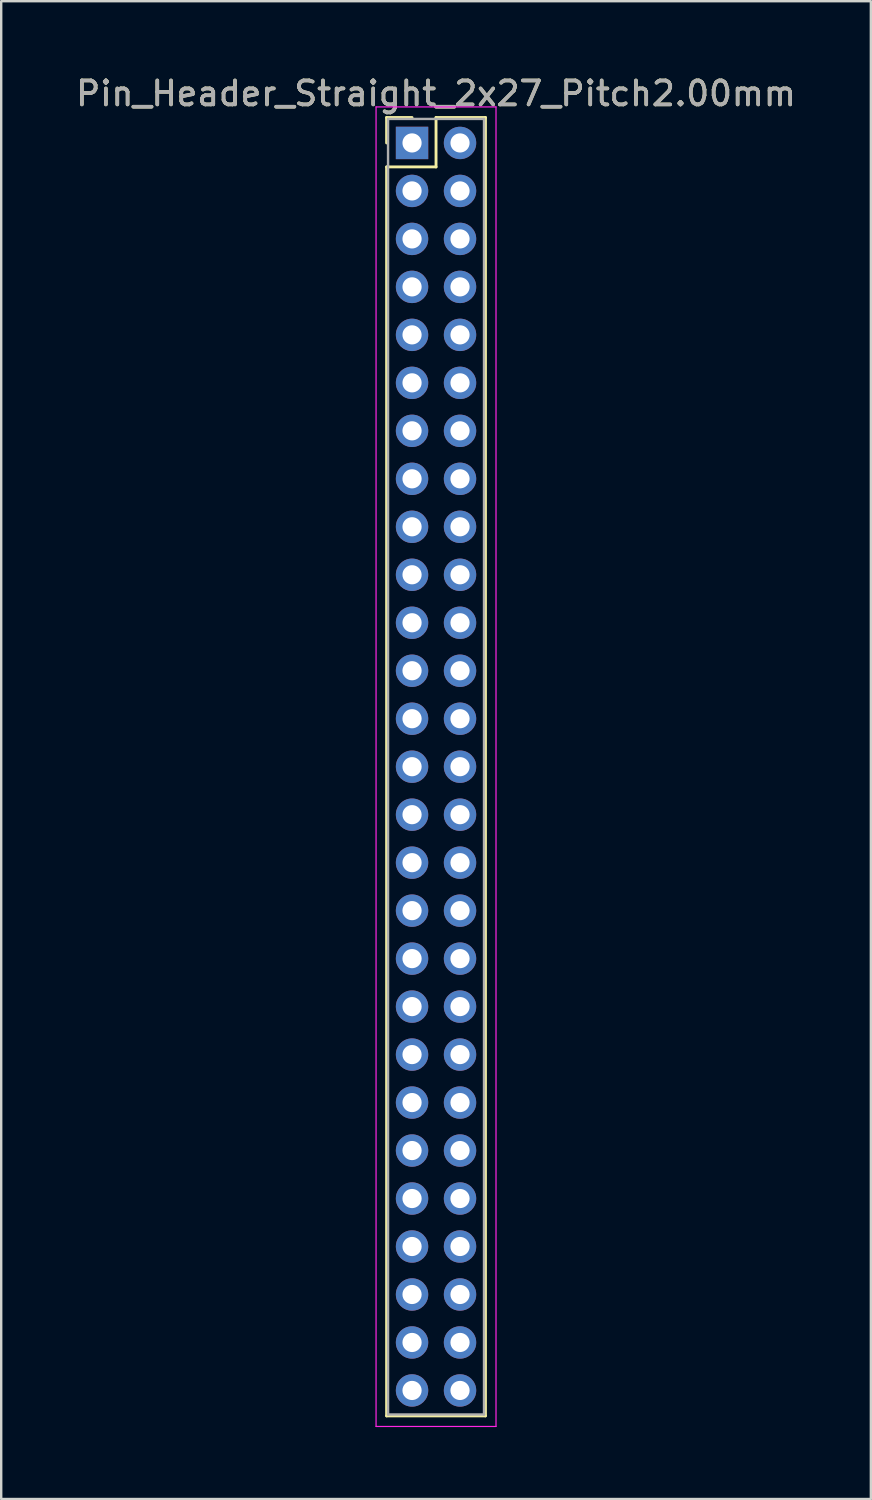
<source format=kicad_pcb>
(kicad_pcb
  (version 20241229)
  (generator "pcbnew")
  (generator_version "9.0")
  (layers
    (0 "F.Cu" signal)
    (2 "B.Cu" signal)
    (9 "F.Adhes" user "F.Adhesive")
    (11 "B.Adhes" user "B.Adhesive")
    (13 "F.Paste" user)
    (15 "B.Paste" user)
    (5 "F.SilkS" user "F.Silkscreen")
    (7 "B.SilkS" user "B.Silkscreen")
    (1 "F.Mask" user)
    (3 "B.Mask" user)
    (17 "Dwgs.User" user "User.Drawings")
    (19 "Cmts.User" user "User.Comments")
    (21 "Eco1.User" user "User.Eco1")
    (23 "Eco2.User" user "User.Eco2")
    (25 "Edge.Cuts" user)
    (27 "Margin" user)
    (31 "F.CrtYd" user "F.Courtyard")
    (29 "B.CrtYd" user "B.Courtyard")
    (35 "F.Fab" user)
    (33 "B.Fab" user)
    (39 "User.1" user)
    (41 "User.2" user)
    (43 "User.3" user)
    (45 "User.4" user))
  (footprint "Pin_Header_Straight_2x27_Pitch2.00mm"
    (layer "F.Cu")
    (at 14.125 2.908)
    (property "Reference" "Pin_Header_Straight_2x27_Pitch2.00mm" (at 1 -2.06 0) (layer "F.SilkS") (effects (font (size 1 1) (thickness 0.15))))
    (attr through_hole)
    (fp_line (start -1.06 -1.06) (end 0 -1.06) (stroke (width 0.12) (type solid)) (layer "F.SilkS"))
    (fp_line (start -1.06 0) (end -1.06 -1.06) (stroke (width 0.12) (type solid)) (layer "F.SilkS"))
    (fp_line (start -1.06 1) (end -1.06 53.06) (stroke (width 0.12) (type solid)) (layer "F.SilkS"))
    (fp_line (start -1.06 53.06) (end 3.06 53.06) (stroke (width 0.12) (type solid)) (layer "F.SilkS"))
    (fp_line (start 1 -1.06) (end 1 1) (stroke (width 0.12) (type solid)) (layer "F.SilkS"))
    (fp_line (start 1 1) (end -1.06 1) (stroke (width 0.12) (type solid)) (layer "F.SilkS"))
    (fp_line (start 3.06 -1.06) (end 1 -1.06) (stroke (width 0.12) (type solid)) (layer "F.SilkS"))
    (fp_line (start 3.06 53.06) (end 3.06 -1.06) (stroke (width 0.12) (type solid)) (layer "F.SilkS"))
    (fp_line (start -1.5 -1.5) (end -1.5 53.5) (stroke (width 0.05) (type solid)) (layer "F.CrtYd"))
    (fp_line (start -1.5 53.5) (end 3.5 53.5) (stroke (width 0.05) (type solid)) (layer "F.CrtYd"))
    (fp_line (start 3.5 -1.5) (end -1.5 -1.5) (stroke (width 0.05) (type solid)) (layer "F.CrtYd"))
    (fp_line (start 3.5 53.5) (end 3.5 -1.5) (stroke (width 0.05) (type solid)) (layer "F.CrtYd"))
    (fp_line (start -1 -1) (end -1 53) (stroke (width 0.1) (type solid)) (layer "F.Fab"))
    (fp_line (start -1 53) (end 3 53) (stroke (width 0.1) (type solid)) (layer "F.Fab"))
    (fp_line (start 3 -1) (end -1 -1) (stroke (width 0.1) (type solid)) (layer "F.Fab"))
    (fp_line (start 3 53) (end 3 -1) (stroke (width 0.1) (type solid)) (layer "F.Fab"))
    (fp_text user "${REFERENCE}" (at 1 -2.06 0) (layer "F.Fab") (effects (font (size 1 1) (thickness 0.15))))
    (pad "1" thru_hole rect (at 0 0) (size 1.35 1.35) (drill 0.8) (layers "*.Cu" "*.Mask"))
    (pad "2" thru_hole oval (at 2 0) (size 1.35 1.35) (drill 0.8) (layers "*.Cu" "*.Mask"))
    (pad "3" thru_hole oval (at 0 2) (size 1.35 1.35) (drill 0.8) (layers "*.Cu" "*.Mask"))
    (pad "4" thru_hole oval (at 2 2) (size 1.35 1.35) (drill 0.8) (layers "*.Cu" "*.Mask"))
    (pad "5" thru_hole oval (at 0 4) (size 1.35 1.35) (drill 0.8) (layers "*.Cu" "*.Mask"))
    (pad "6" thru_hole oval (at 2 4) (size 1.35 1.35) (drill 0.8) (layers "*.Cu" "*.Mask"))
    (pad "7" thru_hole oval (at 0 6) (size 1.35 1.35) (drill 0.8) (layers "*.Cu" "*.Mask"))
    (pad "8" thru_hole oval (at 2 6) (size 1.35 1.35) (drill 0.8) (layers "*.Cu" "*.Mask"))
    (pad "9" thru_hole oval (at 0 8) (size 1.35 1.35) (drill 0.8) (layers "*.Cu" "*.Mask"))
    (pad "10" thru_hole oval (at 2 8) (size 1.35 1.35) (drill 0.8) (layers "*.Cu" "*.Mask"))
    (pad "11" thru_hole oval (at 0 10) (size 1.35 1.35) (drill 0.8) (layers "*.Cu" "*.Mask"))
    (pad "12" thru_hole oval (at 2 10) (size 1.35 1.35) (drill 0.8) (layers "*.Cu" "*.Mask"))
    (pad "13" thru_hole oval (at 0 12) (size 1.35 1.35) (drill 0.8) (layers "*.Cu" "*.Mask"))
    (pad "14" thru_hole oval (at 2 12) (size 1.35 1.35) (drill 0.8) (layers "*.Cu" "*.Mask"))
    (pad "15" thru_hole oval (at 0 14) (size 1.35 1.35) (drill 0.8) (layers "*.Cu" "*.Mask"))
    (pad "16" thru_hole oval (at 2 14) (size 1.35 1.35) (drill 0.8) (layers "*.Cu" "*.Mask"))
    (pad "17" thru_hole oval (at 0 16) (size 1.35 1.35) (drill 0.8) (layers "*.Cu" "*.Mask"))
    (pad "18" thru_hole oval (at 2 16) (size 1.35 1.35) (drill 0.8) (layers "*.Cu" "*.Mask"))
    (pad "19" thru_hole oval (at 0 18) (size 1.35 1.35) (drill 0.8) (layers "*.Cu" "*.Mask"))
    (pad "20" thru_hole oval (at 2 18) (size 1.35 1.35) (drill 0.8) (layers "*.Cu" "*.Mask"))
    (pad "21" thru_hole oval (at 0 20) (size 1.35 1.35) (drill 0.8) (layers "*.Cu" "*.Mask"))
    (pad "22" thru_hole oval (at 2 20) (size 1.35 1.35) (drill 0.8) (layers "*.Cu" "*.Mask"))
    (pad "23" thru_hole oval (at 0 22) (size 1.35 1.35) (drill 0.8) (layers "*.Cu" "*.Mask"))
    (pad "24" thru_hole oval (at 2 22) (size 1.35 1.35) (drill 0.8) (layers "*.Cu" "*.Mask"))
    (pad "25" thru_hole oval (at 0 24) (size 1.35 1.35) (drill 0.8) (layers "*.Cu" "*.Mask"))
    (pad "26" thru_hole oval (at 2 24) (size 1.35 1.35) (drill 0.8) (layers "*.Cu" "*.Mask"))
    (pad "27" thru_hole oval (at 0 26) (size 1.35 1.35) (drill 0.8) (layers "*.Cu" "*.Mask"))
    (pad "28" thru_hole oval (at 2 26) (size 1.35 1.35) (drill 0.8) (layers "*.Cu" "*.Mask"))
    (pad "29" thru_hole oval (at 0 28) (size 1.35 1.35) (drill 0.8) (layers "*.Cu" "*.Mask"))
    (pad "30" thru_hole oval (at 2 28) (size 1.35 1.35) (drill 0.8) (layers "*.Cu" "*.Mask"))
    (pad "31" thru_hole oval (at 0 30) (size 1.35 1.35) (drill 0.8) (layers "*.Cu" "*.Mask"))
    (pad "32" thru_hole oval (at 2 30) (size 1.35 1.35) (drill 0.8) (layers "*.Cu" "*.Mask"))
    (pad "33" thru_hole oval (at 0 32) (size 1.35 1.35) (drill 0.8) (layers "*.Cu" "*.Mask"))
    (pad "34" thru_hole oval (at 2 32) (size 1.35 1.35) (drill 0.8) (layers "*.Cu" "*.Mask"))
    (pad "35" thru_hole oval (at 0 34) (size 1.35 1.35) (drill 0.8) (layers "*.Cu" "*.Mask"))
    (pad "36" thru_hole oval (at 2 34) (size 1.35 1.35) (drill 0.8) (layers "*.Cu" "*.Mask"))
    (pad "37" thru_hole oval (at 0 36) (size 1.35 1.35) (drill 0.8) (layers "*.Cu" "*.Mask"))
    (pad "38" thru_hole oval (at 2 36) (size 1.35 1.35) (drill 0.8) (layers "*.Cu" "*.Mask"))
    (pad "39" thru_hole oval (at 0 38) (size 1.35 1.35) (drill 0.8) (layers "*.Cu" "*.Mask"))
    (pad "40" thru_hole oval (at 2 38) (size 1.35 1.35) (drill 0.8) (layers "*.Cu" "*.Mask"))
    (pad "41" thru_hole oval (at 0 40) (size 1.35 1.35) (drill 0.8) (layers "*.Cu" "*.Mask"))
    (pad "42" thru_hole oval (at 2 40) (size 1.35 1.35) (drill 0.8) (layers "*.Cu" "*.Mask"))
    (pad "43" thru_hole oval (at 0 42) (size 1.35 1.35) (drill 0.8) (layers "*.Cu" "*.Mask"))
    (pad "44" thru_hole oval (at 2 42) (size 1.35 1.35) (drill 0.8) (layers "*.Cu" "*.Mask"))
    (pad "45" thru_hole oval (at 0 44) (size 1.35 1.35) (drill 0.8) (layers "*.Cu" "*.Mask"))
    (pad "46" thru_hole oval (at 2 44) (size 1.35 1.35) (drill 0.8) (layers "*.Cu" "*.Mask"))
    (pad "47" thru_hole oval (at 0 46) (size 1.35 1.35) (drill 0.8) (layers "*.Cu" "*.Mask"))
    (pad "48" thru_hole oval (at 2 46) (size 1.35 1.35) (drill 0.8) (layers "*.Cu" "*.Mask"))
    (pad "49" thru_hole oval (at 0 48) (size 1.35 1.35) (drill 0.8) (layers "*.Cu" "*.Mask"))
    (pad "50" thru_hole oval (at 2 48) (size 1.35 1.35) (drill 0.8) (layers "*.Cu" "*.Mask"))
    (pad "51" thru_hole oval (at 0 50) (size 1.35 1.35) (drill 0.8) (layers "*.Cu" "*.Mask"))
    (pad "52" thru_hole oval (at 2 50) (size 1.35 1.35) (drill 0.8) (layers "*.Cu" "*.Mask"))
    (pad "53" thru_hole oval (at 0 52) (size 1.35 1.35) (drill 0.8) (layers "*.Cu" "*.Mask"))
    (pad "54" thru_hole oval (at 2 52) (size 1.35 1.35) (drill 0.8) (layers "*.Cu" "*.Mask")))
  (gr_rect
    (start -3 -3)
    (end 33.25 59.433)
    (stroke (width 0.1) (type default))
    (fill no)
    (layer "Edge.Cuts")))
</source>
